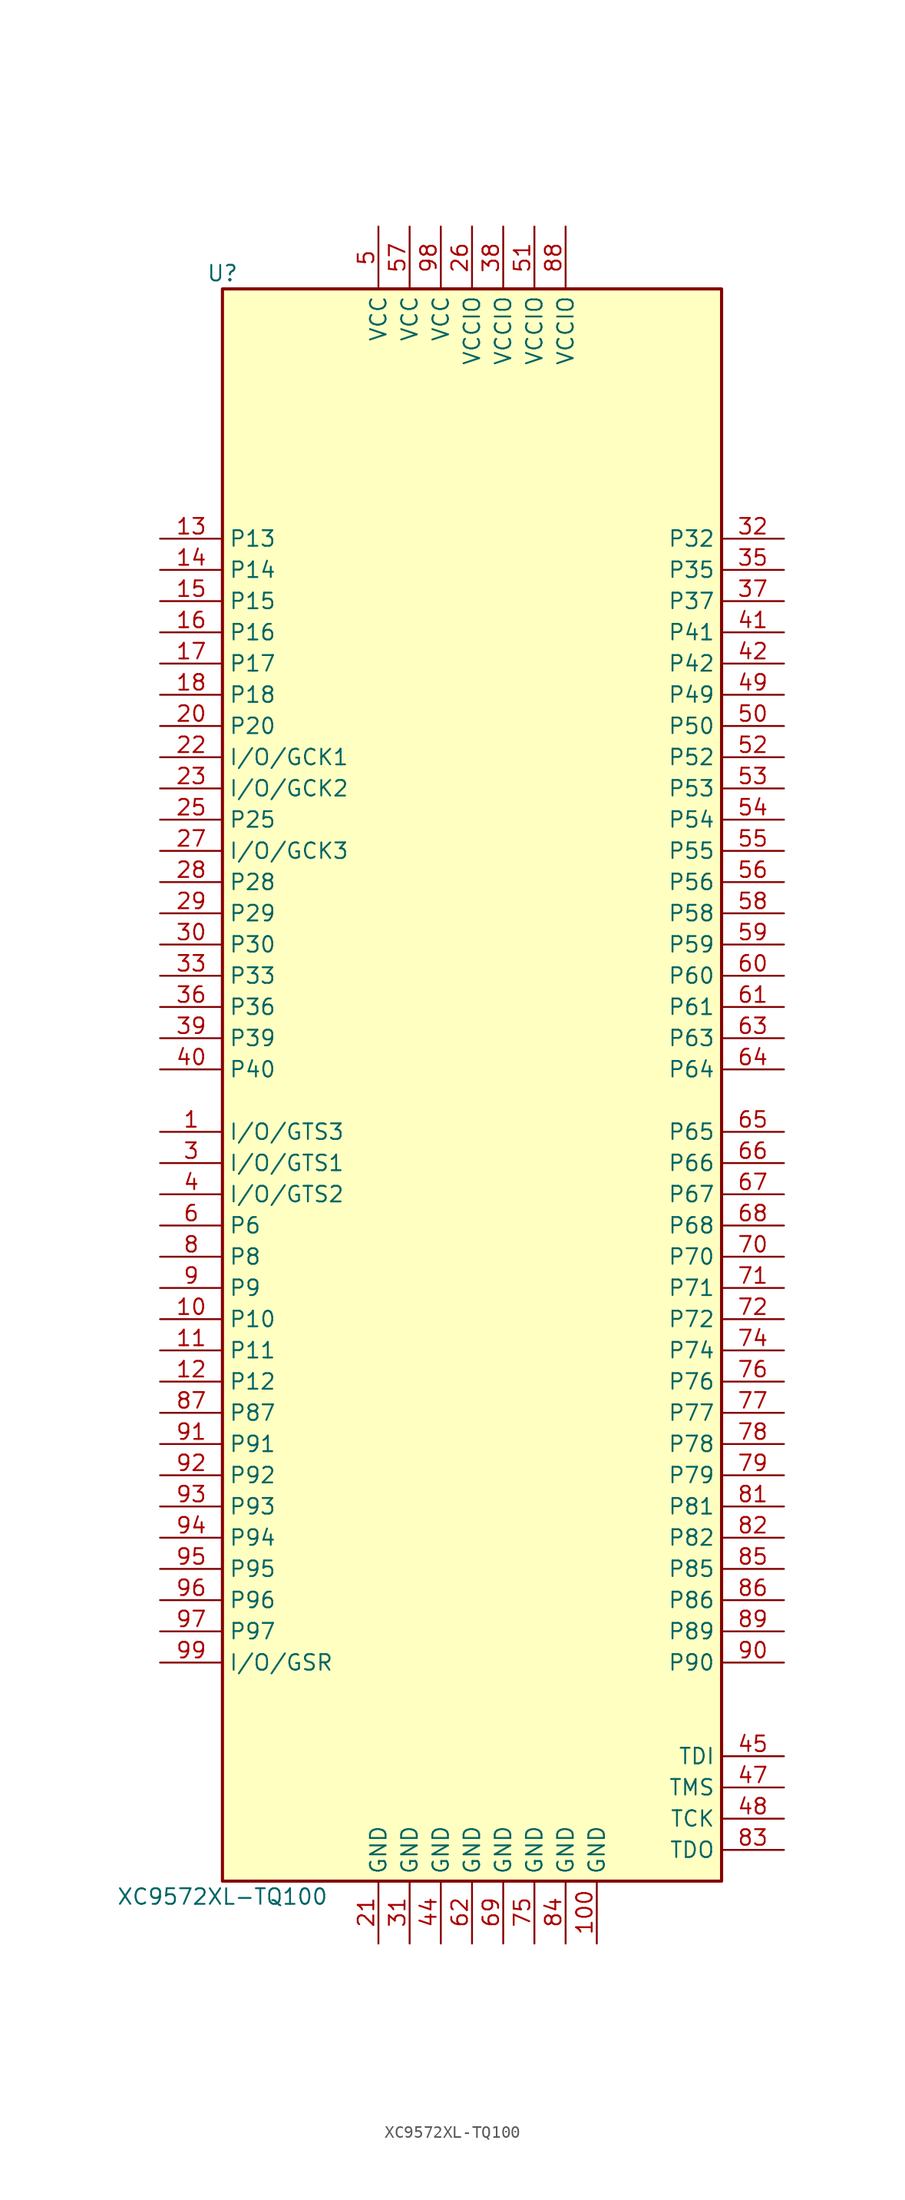
<source format=kicad_sym>
(kicad_symbol_lib
  (version 20200908)
  (generator kicad_symbol_editor)
  (symbol "CPLD_Xilinx:XC9572XL-TQ100"
    (property "Reference" "U"
      (at -20.32 64.77 0)
      (effects (font (size 1.27 1.27))))
    (property "Value" "XC9572XL-TQ100"
      (at -20.32 -67.31 0)
      (effects (font (size 1.27 1.27))))
    (symbol "XC9572XL-TQ100_1_1"
      (rectangle (start -20.32 63.5) (end 20.32 -66.04) (stroke (width 0.254)) (fill (type background)))
      (pin bidirectional line (at -25.4 -5.08 0) (length 5.08) (name "I/O/GTS3" (effects (font (size 1.27 1.27)))) (number "1" (effects (font (size 1.27 1.27)))))
      (pin unconnected line (at -20.32 60.96 0) (length 0) hide (name "NC" (effects (font (size 1.27 1.27)))) (number "2" (effects (font (size 1.27 1.27)))))
      (pin bidirectional line (at -25.4 -7.62 0) (length 5.08) (name "I/O/GTS1" (effects (font (size 1.27 1.27)))) (number "3" (effects (font (size 1.27 1.27)))))
      (pin bidirectional line (at -25.4 -10.16 0) (length 5.08) (name "I/O/GTS2" (effects (font (size 1.27 1.27)))) (number "4" (effects (font (size 1.27 1.27)))))
      (pin power_in line (at -7.62 68.58 270) (length 5.08) (name "VCC" (effects (font (size 1.27 1.27)))) (number "5" (effects (font (size 1.27 1.27)))))
      (pin bidirectional line (at -25.4 -12.7 0) (length 5.08) (name "P6" (effects (font (size 1.27 1.27)))) (number "6" (effects (font (size 1.27 1.27)))))
      (pin unconnected line (at -20.32 58.42 0) (length 0) hide (name "NC" (effects (font (size 1.27 1.27)))) (number "7" (effects (font (size 1.27 1.27)))))
      (pin bidirectional line (at -25.4 -15.24 0) (length 5.08) (name "P8" (effects (font (size 1.27 1.27)))) (number "8" (effects (font (size 1.27 1.27)))))
      (pin bidirectional line (at -25.4 -17.78 0) (length 5.08) (name "P9" (effects (font (size 1.27 1.27)))) (number "9" (effects (font (size 1.27 1.27)))))
      (pin bidirectional line (at -25.4 -20.32 0) (length 5.08) (name "P10" (effects (font (size 1.27 1.27)))) (number "10" (effects (font (size 1.27 1.27)))))
      (pin bidirectional line (at -25.4 27.94 0) (length 5.08) (name "P20" (effects (font (size 1.27 1.27)))) (number "20" (effects (font (size 1.27 1.27)))))
      (pin bidirectional line (at -25.4 10.16 0) (length 5.08) (name "P30" (effects (font (size 1.27 1.27)))) (number "30" (effects (font (size 1.27 1.27)))))
      (pin bidirectional line (at -25.4 0 0) (length 5.08) (name "P40" (effects (font (size 1.27 1.27)))) (number "40" (effects (font (size 1.27 1.27)))))
      (pin bidirectional line (at 25.4 27.94 180) (length 5.08) (name "P50" (effects (font (size 1.27 1.27)))) (number "50" (effects (font (size 1.27 1.27)))))
      (pin bidirectional line (at 25.4 7.62 180) (length 5.08) (name "P60" (effects (font (size 1.27 1.27)))) (number "60" (effects (font (size 1.27 1.27)))))
      (pin bidirectional line (at 25.4 -15.24 180) (length 5.08) (name "P70" (effects (font (size 1.27 1.27)))) (number "70" (effects (font (size 1.27 1.27)))))
      (pin unconnected line (at 20.32 55.88 180) (length 0) hide (name "NC" (effects (font (size 1.27 1.27)))) (number "80" (effects (font (size 1.27 1.27)))))
      (pin bidirectional line (at 25.4 -48.26 180) (length 5.08) (name "P90" (effects (font (size 1.27 1.27)))) (number "90" (effects (font (size 1.27 1.27)))))
      (pin bidirectional line (at -25.4 -22.86 0) (length 5.08) (name "P11" (effects (font (size 1.27 1.27)))) (number "11" (effects (font (size 1.27 1.27)))))
      (pin power_in line (at -7.62 -71.12 90) (length 5.08) (name "GND" (effects (font (size 1.27 1.27)))) (number "21" (effects (font (size 1.27 1.27)))))
      (pin power_in line (at -5.08 -71.12 90) (length 5.08) (name "GND" (effects (font (size 1.27 1.27)))) (number "31" (effects (font (size 1.27 1.27)))))
      (pin bidirectional line (at 25.4 35.56 180) (length 5.08) (name "P41" (effects (font (size 1.27 1.27)))) (number "41" (effects (font (size 1.27 1.27)))))
      (pin power_in line (at 5.08 68.58 270) (length 5.08) (name "VCCIO" (effects (font (size 1.27 1.27)))) (number "51" (effects (font (size 1.27 1.27)))))
      (pin bidirectional line (at 25.4 5.08 180) (length 5.08) (name "P61" (effects (font (size 1.27 1.27)))) (number "61" (effects (font (size 1.27 1.27)))))
      (pin bidirectional line (at 25.4 -17.78 180) (length 5.08) (name "P71" (effects (font (size 1.27 1.27)))) (number "71" (effects (font (size 1.27 1.27)))))
      (pin bidirectional line (at 25.4 -35.56 180) (length 5.08) (name "P81" (effects (font (size 1.27 1.27)))) (number "81" (effects (font (size 1.27 1.27)))))
      (pin bidirectional line (at -25.4 -30.48 0) (length 5.08) (name "P91" (effects (font (size 1.27 1.27)))) (number "91" (effects (font (size 1.27 1.27)))))
      (pin bidirectional line (at -25.4 -25.4 0) (length 5.08) (name "P12" (effects (font (size 1.27 1.27)))) (number "12" (effects (font (size 1.27 1.27)))))
      (pin bidirectional line (at -25.4 25.4 0) (length 5.08) (name "I/O/GCK1" (effects (font (size 1.27 1.27)))) (number "22" (effects (font (size 1.27 1.27)))))
      (pin bidirectional line (at 25.4 43.18 180) (length 5.08) (name "P32" (effects (font (size 1.27 1.27)))) (number "32" (effects (font (size 1.27 1.27)))))
      (pin bidirectional line (at 25.4 33.02 180) (length 5.08) (name "P42" (effects (font (size 1.27 1.27)))) (number "42" (effects (font (size 1.27 1.27)))))
      (pin bidirectional line (at 25.4 25.4 180) (length 5.08) (name "P52" (effects (font (size 1.27 1.27)))) (number "52" (effects (font (size 1.27 1.27)))))
      (pin power_in line (at 0 -71.12 90) (length 5.08) (name "GND" (effects (font (size 1.27 1.27)))) (number "62" (effects (font (size 1.27 1.27)))))
      (pin bidirectional line (at 25.4 -20.32 180) (length 5.08) (name "P72" (effects (font (size 1.27 1.27)))) (number "72" (effects (font (size 1.27 1.27)))))
      (pin bidirectional line (at 25.4 -38.1 180) (length 5.08) (name "P82" (effects (font (size 1.27 1.27)))) (number "82" (effects (font (size 1.27 1.27)))))
      (pin bidirectional line (at -25.4 -33.02 0) (length 5.08) (name "P92" (effects (font (size 1.27 1.27)))) (number "92" (effects (font (size 1.27 1.27)))))
      (pin bidirectional line (at -25.4 43.18 0) (length 5.08) (name "P13" (effects (font (size 1.27 1.27)))) (number "13" (effects (font (size 1.27 1.27)))))
      (pin bidirectional line (at -25.4 22.86 0) (length 5.08) (name "I/O/GCK2" (effects (font (size 1.27 1.27)))) (number "23" (effects (font (size 1.27 1.27)))))
      (pin bidirectional line (at -25.4 7.62 0) (length 5.08) (name "P33" (effects (font (size 1.27 1.27)))) (number "33" (effects (font (size 1.27 1.27)))))
      (pin unconnected line (at -20.32 48.26 0) (length 0) hide (name "NC" (effects (font (size 1.27 1.27)))) (number "43" (effects (font (size 1.27 1.27)))))
      (pin bidirectional line (at 25.4 22.86 180) (length 5.08) (name "P53" (effects (font (size 1.27 1.27)))) (number "53" (effects (font (size 1.27 1.27)))))
      (pin bidirectional line (at 25.4 2.54 180) (length 5.08) (name "P63" (effects (font (size 1.27 1.27)))) (number "63" (effects (font (size 1.27 1.27)))))
      (pin unconnected line (at 20.32 58.42 180) (length 0) hide (name "NC" (effects (font (size 1.27 1.27)))) (number "73" (effects (font (size 1.27 1.27)))))
      (pin output line (at 25.4 -63.5 180) (length 5.08) (name "TDO" (effects (font (size 1.27 1.27)))) (number "83" (effects (font (size 1.27 1.27)))))
      (pin bidirectional line (at -25.4 -35.56 0) (length 5.08) (name "P93" (effects (font (size 1.27 1.27)))) (number "93" (effects (font (size 1.27 1.27)))))
      (pin bidirectional line (at -25.4 40.64 0) (length 5.08) (name "P14" (effects (font (size 1.27 1.27)))) (number "14" (effects (font (size 1.27 1.27)))))
      (pin unconnected line (at -20.32 53.34 0) (length 0) hide (name "NC" (effects (font (size 1.27 1.27)))) (number "24" (effects (font (size 1.27 1.27)))))
      (pin unconnected line (at -20.32 50.8 0) (length 0) hide (name "NC" (effects (font (size 1.27 1.27)))) (number "34" (effects (font (size 1.27 1.27)))))
      (pin power_in line (at -2.54 -71.12 90) (length 5.08) (name "GND" (effects (font (size 1.27 1.27)))) (number "44" (effects (font (size 1.27 1.27)))))
      (pin bidirectional line (at 25.4 20.32 180) (length 5.08) (name "P54" (effects (font (size 1.27 1.27)))) (number "54" (effects (font (size 1.27 1.27)))))
      (pin bidirectional line (at 25.4 0 180) (length 5.08) (name "P64" (effects (font (size 1.27 1.27)))) (number "64" (effects (font (size 1.27 1.27)))))
      (pin bidirectional line (at 25.4 -22.86 180) (length 5.08) (name "P74" (effects (font (size 1.27 1.27)))) (number "74" (effects (font (size 1.27 1.27)))))
      (pin power_in line (at 7.62 -71.12 90) (length 5.08) (name "GND" (effects (font (size 1.27 1.27)))) (number "84" (effects (font (size 1.27 1.27)))))
      (pin bidirectional line (at -25.4 -38.1 0) (length 5.08) (name "P94" (effects (font (size 1.27 1.27)))) (number "94" (effects (font (size 1.27 1.27)))))
      (pin bidirectional line (at -25.4 38.1 0) (length 5.08) (name "P15" (effects (font (size 1.27 1.27)))) (number "15" (effects (font (size 1.27 1.27)))))
      (pin bidirectional line (at -25.4 20.32 0) (length 5.08) (name "P25" (effects (font (size 1.27 1.27)))) (number "25" (effects (font (size 1.27 1.27)))))
      (pin bidirectional line (at 25.4 40.64 180) (length 5.08) (name "P35" (effects (font (size 1.27 1.27)))) (number "35" (effects (font (size 1.27 1.27)))))
      (pin input line (at 25.4 -55.88 180) (length 5.08) (name "TDI" (effects (font (size 1.27 1.27)))) (number "45" (effects (font (size 1.27 1.27)))))
      (pin bidirectional line (at 25.4 17.78 180) (length 5.08) (name "P55" (effects (font (size 1.27 1.27)))) (number "55" (effects (font (size 1.27 1.27)))))
      (pin bidirectional line (at 25.4 -5.08 180) (length 5.08) (name "P65" (effects (font (size 1.27 1.27)))) (number "65" (effects (font (size 1.27 1.27)))))
      (pin power_in line (at 5.08 -71.12 90) (length 5.08) (name "GND" (effects (font (size 1.27 1.27)))) (number "75" (effects (font (size 1.27 1.27)))))
      (pin bidirectional line (at 25.4 -40.64 180) (length 5.08) (name "P85" (effects (font (size 1.27 1.27)))) (number "85" (effects (font (size 1.27 1.27)))))
      (pin bidirectional line (at -25.4 -40.64 0) (length 5.08) (name "P95" (effects (font (size 1.27 1.27)))) (number "95" (effects (font (size 1.27 1.27)))))
      (pin bidirectional line (at -25.4 35.56 0) (length 5.08) (name "P16" (effects (font (size 1.27 1.27)))) (number "16" (effects (font (size 1.27 1.27)))))
      (pin power_in line (at 0 68.58 270) (length 5.08) (name "VCCIO" (effects (font (size 1.27 1.27)))) (number "26" (effects (font (size 1.27 1.27)))))
      (pin bidirectional line (at -25.4 5.08 0) (length 5.08) (name "P36" (effects (font (size 1.27 1.27)))) (number "36" (effects (font (size 1.27 1.27)))))
      (pin unconnected line (at 20.32 60.96 180) (length 0) hide (name "NC" (effects (font (size 1.27 1.27)))) (number "46" (effects (font (size 1.27 1.27)))))
      (pin bidirectional line (at 25.4 15.24 180) (length 5.08) (name "P56" (effects (font (size 1.27 1.27)))) (number "56" (effects (font (size 1.27 1.27)))))
      (pin bidirectional line (at 25.4 -7.62 180) (length 5.08) (name "P66" (effects (font (size 1.27 1.27)))) (number "66" (effects (font (size 1.27 1.27)))))
      (pin bidirectional line (at 25.4 -25.4 180) (length 5.08) (name "P76" (effects (font (size 1.27 1.27)))) (number "76" (effects (font (size 1.27 1.27)))))
      (pin bidirectional line (at 25.4 -43.18 180) (length 5.08) (name "P86" (effects (font (size 1.27 1.27)))) (number "86" (effects (font (size 1.27 1.27)))))
      (pin bidirectional line (at -25.4 -43.18 0) (length 5.08) (name "P96" (effects (font (size 1.27 1.27)))) (number "96" (effects (font (size 1.27 1.27)))))
      (pin bidirectional line (at -25.4 33.02 0) (length 5.08) (name "P17" (effects (font (size 1.27 1.27)))) (number "17" (effects (font (size 1.27 1.27)))))
      (pin bidirectional line (at -25.4 17.78 0) (length 5.08) (name "I/O/GCK3" (effects (font (size 1.27 1.27)))) (number "27" (effects (font (size 1.27 1.27)))))
      (pin bidirectional line (at 25.4 38.1 180) (length 5.08) (name "P37" (effects (font (size 1.27 1.27)))) (number "37" (effects (font (size 1.27 1.27)))))
      (pin input line (at 25.4 -58.42 180) (length 5.08) (name "TMS" (effects (font (size 1.27 1.27)))) (number "47" (effects (font (size 1.27 1.27)))))
      (pin power_in line (at -5.08 68.58 270) (length 5.08) (name "VCC" (effects (font (size 1.27 1.27)))) (number "57" (effects (font (size 1.27 1.27)))))
      (pin bidirectional line (at 25.4 -10.16 180) (length 5.08) (name "P67" (effects (font (size 1.27 1.27)))) (number "67" (effects (font (size 1.27 1.27)))))
      (pin bidirectional line (at 25.4 -27.94 180) (length 5.08) (name "P77" (effects (font (size 1.27 1.27)))) (number "77" (effects (font (size 1.27 1.27)))))
      (pin bidirectional line (at -25.4 -27.94 0) (length 5.08) (name "P87" (effects (font (size 1.27 1.27)))) (number "87" (effects (font (size 1.27 1.27)))))
      (pin bidirectional line (at -25.4 -45.72 0) (length 5.08) (name "P97" (effects (font (size 1.27 1.27)))) (number "97" (effects (font (size 1.27 1.27)))))
      (pin bidirectional line (at -25.4 30.48 0) (length 5.08) (name "P18" (effects (font (size 1.27 1.27)))) (number "18" (effects (font (size 1.27 1.27)))))
      (pin bidirectional line (at -25.4 15.24 0) (length 5.08) (name "P28" (effects (font (size 1.27 1.27)))) (number "28" (effects (font (size 1.27 1.27)))))
      (pin power_in line (at 2.54 68.58 270) (length 5.08) (name "VCCIO" (effects (font (size 1.27 1.27)))) (number "38" (effects (font (size 1.27 1.27)))))
      (pin input line (at 25.4 -60.96 180) (length 5.08) (name "TCK" (effects (font (size 1.27 1.27)))) (number "48" (effects (font (size 1.27 1.27)))))
      (pin bidirectional line (at 25.4 12.7 180) (length 5.08) (name "P58" (effects (font (size 1.27 1.27)))) (number "58" (effects (font (size 1.27 1.27)))))
      (pin bidirectional line (at 25.4 -12.7 180) (length 5.08) (name "P68" (effects (font (size 1.27 1.27)))) (number "68" (effects (font (size 1.27 1.27)))))
      (pin bidirectional line (at 25.4 -30.48 180) (length 5.08) (name "P78" (effects (font (size 1.27 1.27)))) (number "78" (effects (font (size 1.27 1.27)))))
      (pin power_in line (at 7.62 68.58 270) (length 5.08) (name "VCCIO" (effects (font (size 1.27 1.27)))) (number "88" (effects (font (size 1.27 1.27)))))
      (pin power_in line (at -2.54 68.58 270) (length 5.08) (name "VCC" (effects (font (size 1.27 1.27)))) (number "98" (effects (font (size 1.27 1.27)))))
      (pin unconnected line (at -20.32 55.88 0) (length 0) hide (name "NC" (effects (font (size 1.27 1.27)))) (number "19" (effects (font (size 1.27 1.27)))))
      (pin bidirectional line (at -25.4 12.7 0) (length 5.08) (name "P29" (effects (font (size 1.27 1.27)))) (number "29" (effects (font (size 1.27 1.27)))))
      (pin bidirectional line (at -25.4 2.54 0) (length 5.08) (name "P39" (effects (font (size 1.27 1.27)))) (number "39" (effects (font (size 1.27 1.27)))))
      (pin bidirectional line (at 25.4 30.48 180) (length 5.08) (name "P49" (effects (font (size 1.27 1.27)))) (number "49" (effects (font (size 1.27 1.27)))))
      (pin bidirectional line (at 25.4 10.16 180) (length 5.08) (name "P59" (effects (font (size 1.27 1.27)))) (number "59" (effects (font (size 1.27 1.27)))))
      (pin power_in line (at 2.54 -71.12 90) (length 5.08) (name "GND" (effects (font (size 1.27 1.27)))) (number "69" (effects (font (size 1.27 1.27)))))
      (pin bidirectional line (at 25.4 -33.02 180) (length 5.08) (name "P79" (effects (font (size 1.27 1.27)))) (number "79" (effects (font (size 1.27 1.27)))))
      (pin bidirectional line (at 25.4 -45.72 180) (length 5.08) (name "P89" (effects (font (size 1.27 1.27)))) (number "89" (effects (font (size 1.27 1.27)))))
      (pin bidirectional line (at -25.4 -48.26 0) (length 5.08) (name "I/O/GSR" (effects (font (size 1.27 1.27)))) (number "99" (effects (font (size 1.27 1.27)))))
      (pin power_in line (at 10.16 -71.12 90) (length 5.08) (name "GND" (effects (font (size 1.27 1.27)))) (number "100" (effects (font (size 1.27 1.27))))))))
</source>
